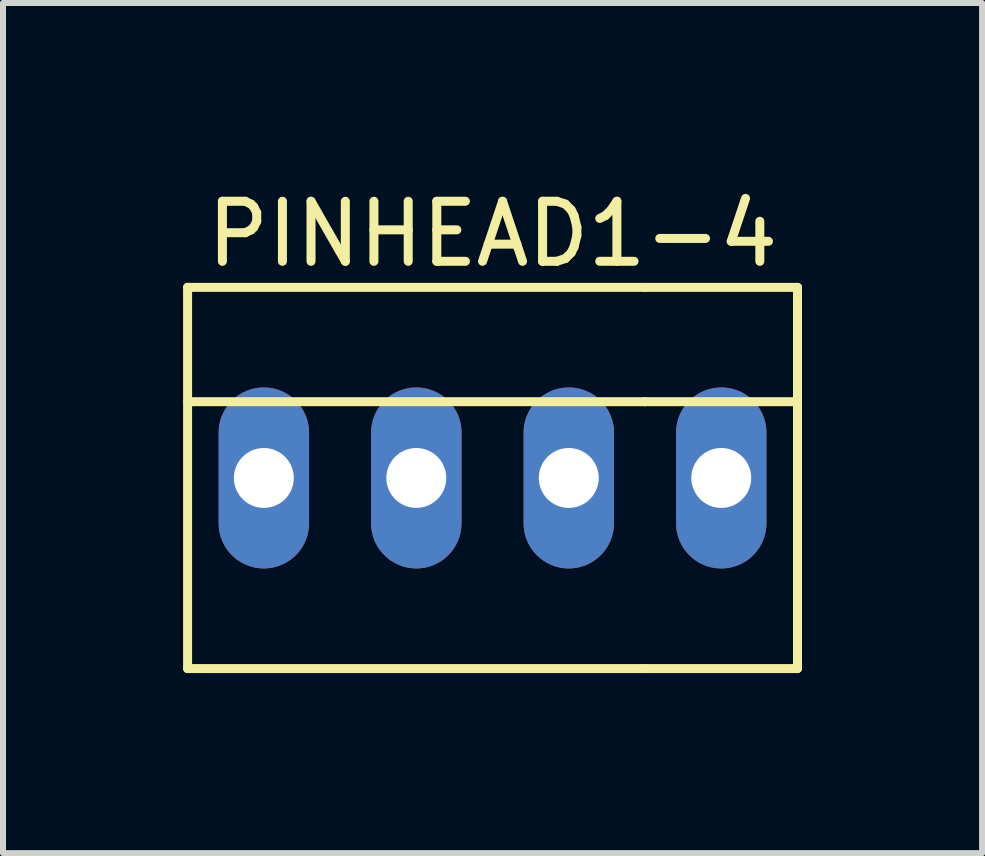
<source format=kicad_pcb>
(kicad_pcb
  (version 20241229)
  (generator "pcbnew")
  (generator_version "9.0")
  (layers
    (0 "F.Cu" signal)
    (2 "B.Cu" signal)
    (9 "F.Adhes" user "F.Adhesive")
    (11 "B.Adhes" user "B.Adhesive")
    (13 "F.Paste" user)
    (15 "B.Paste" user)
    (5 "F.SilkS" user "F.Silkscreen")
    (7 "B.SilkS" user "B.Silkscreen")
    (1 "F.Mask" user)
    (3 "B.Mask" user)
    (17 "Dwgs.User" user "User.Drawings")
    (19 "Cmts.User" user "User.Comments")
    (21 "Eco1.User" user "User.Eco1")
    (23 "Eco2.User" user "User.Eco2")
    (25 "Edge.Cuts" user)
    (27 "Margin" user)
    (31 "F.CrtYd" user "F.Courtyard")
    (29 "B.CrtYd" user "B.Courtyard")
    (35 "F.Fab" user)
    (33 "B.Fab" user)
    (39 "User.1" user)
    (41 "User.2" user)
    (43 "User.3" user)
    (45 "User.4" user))
  (footprint "PINHEAD1-4"
    (layer "F.Cu")
    (at 5.155 4.912)
    (property "Reference" "PINHEAD1-4" (at 0 -4.064 0) (layer "F.SilkS") (effects (font (size 1 1) (thickness 0.15))))
    (attr exclude_from_pos_files exclude_from_bom)
    (fp_line (start -5.08 -3.175) (end -5.08 3.175) (stroke (width 0.15) (type solid)) (layer "F.SilkS"))
    (fp_line (start -5.08 -3.175) (end 2.54 -3.175) (stroke (width 0.15) (type solid)) (layer "F.SilkS"))
    (fp_line (start 2.54 -3.175) (end 5.08 -3.175) (stroke (width 0.15) (type solid)) (layer "F.SilkS"))
    (fp_line (start 2.54 -1.27) (end -5.08 -1.27) (stroke (width 0.15) (type solid)) (layer "F.SilkS"))
    (fp_line (start 2.54 -1.27) (end 5.08 -1.27) (stroke (width 0.15) (type solid)) (layer "F.SilkS"))
    (fp_line (start 2.54 3.175) (end -5.08 3.175) (stroke (width 0.15) (type solid)) (layer "F.SilkS"))
    (fp_line (start 2.54 3.175) (end 5.08 3.175) (stroke (width 0.15) (type solid)) (layer "F.SilkS"))
    (fp_line (start 5.08 -3.175) (end 5.08 3.175) (stroke (width 0.15) (type solid)) (layer "F.SilkS"))
    (pad "1" thru_hole oval (at -3.81 0) (size 1.506 3.015) (drill 0.998) (layers "*.Cu" "*.Mask"))
    (pad "2" thru_hole oval (at -1.27 0) (size 1.506 3.015) (drill 0.998) (layers "*.Cu" "*.Mask"))
    (pad "3" thru_hole oval (at 1.27 0) (size 1.506 3.015) (drill 0.998) (layers "*.Cu" "*.Mask"))
    (pad "4" thru_hole oval (at 3.81 0) (size 1.506 3.015) (drill 0.998) (layers "*.Cu" "*.Mask")))
  (gr_rect
    (start -3 -3)
    (end 13.31 11.162)
    (stroke (width 0.1) (type default))
    (fill no)
    (layer "Edge.Cuts")))
</source>
